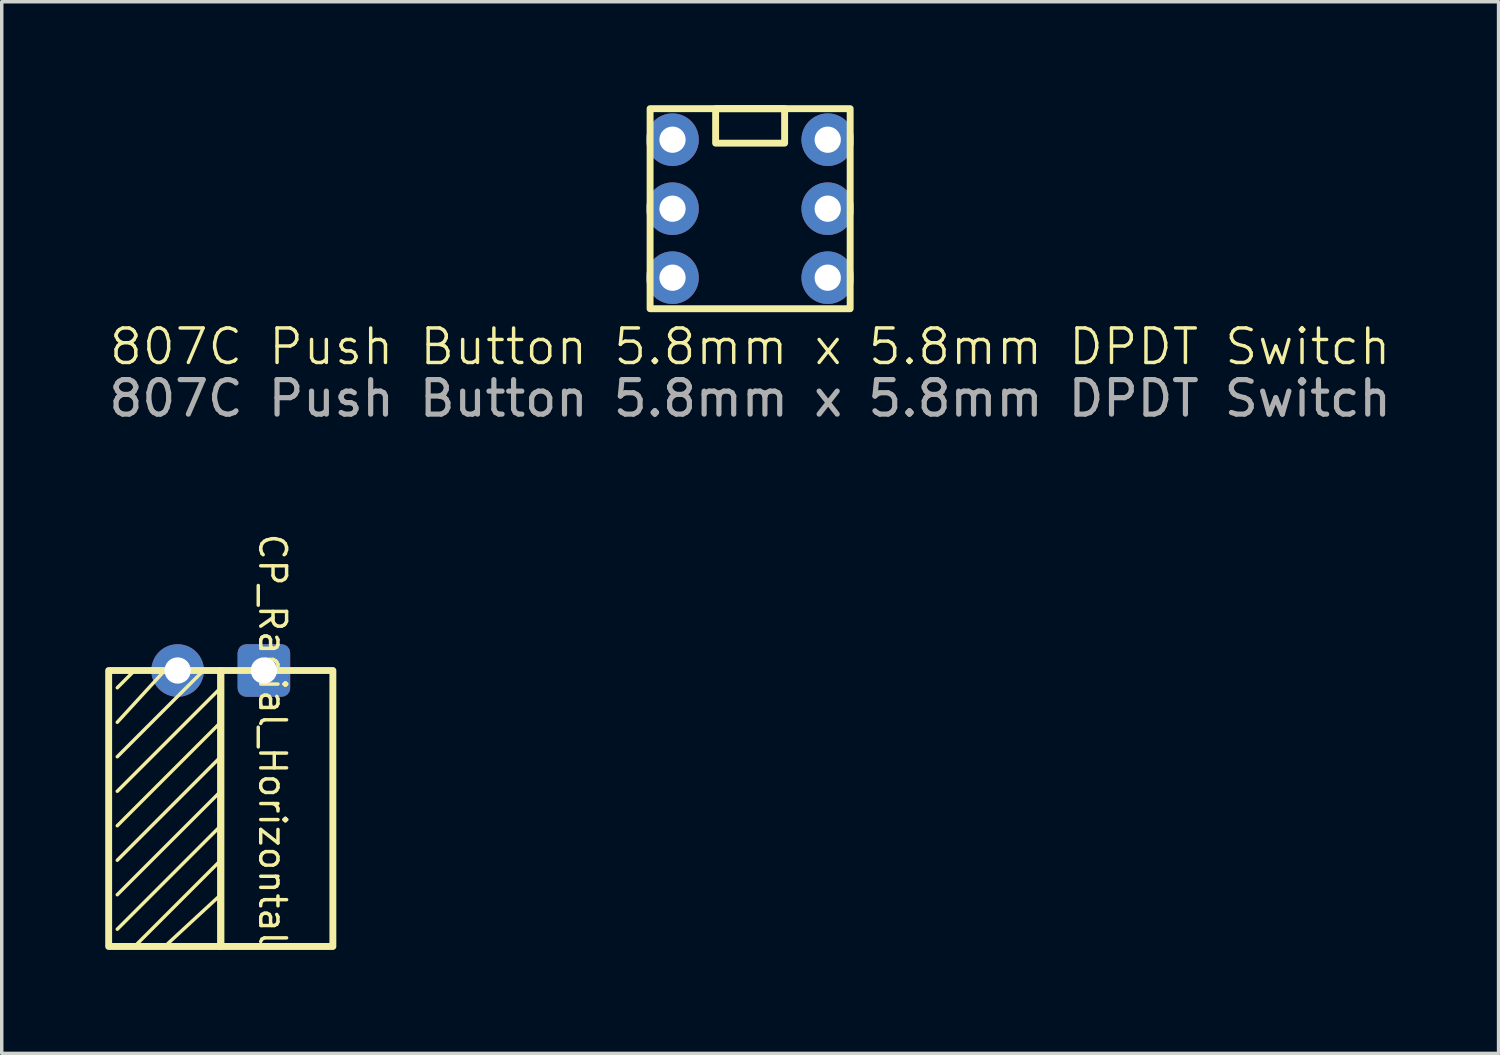
<source format=kicad_pcb>
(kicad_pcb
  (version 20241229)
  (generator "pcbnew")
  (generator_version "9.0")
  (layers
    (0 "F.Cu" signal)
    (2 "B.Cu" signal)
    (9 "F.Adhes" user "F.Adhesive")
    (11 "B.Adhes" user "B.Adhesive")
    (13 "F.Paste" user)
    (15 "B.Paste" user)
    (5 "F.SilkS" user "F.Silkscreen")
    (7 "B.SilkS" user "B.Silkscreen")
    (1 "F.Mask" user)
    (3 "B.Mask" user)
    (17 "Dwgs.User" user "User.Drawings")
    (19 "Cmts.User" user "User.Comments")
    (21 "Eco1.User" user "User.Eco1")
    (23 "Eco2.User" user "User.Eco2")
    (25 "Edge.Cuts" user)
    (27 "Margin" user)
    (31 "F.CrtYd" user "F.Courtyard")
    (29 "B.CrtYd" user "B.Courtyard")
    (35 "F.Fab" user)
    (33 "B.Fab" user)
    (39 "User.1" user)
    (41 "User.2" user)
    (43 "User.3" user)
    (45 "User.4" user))
  (footprint "807C Push Button 5.8mm x 5.8mm DPDT Switch"
    (layer "F.Cu")
    (at 18.696 3)
    (property "Reference" "807C Push Button 5.8mm x 5.8mm DPDT Switch" (at 0 4 0) (unlocked yes) (layer "F.SilkS") (effects (font (size 1 1) (thickness 0.1))))
    (attr through_hole)
    (fp_rect (start -2.9 -2.9) (end 2.9 2.9) (stroke (width 0.2) (type default)) (fill no) (layer "F.SilkS"))
    (fp_rect (start -1 -1.9) (end 1 -2.9) (stroke (width 0.2) (type default)) (fill no) (layer "F.SilkS"))
    (fp_text user "${REFERENCE}" (at 0 5.5 0) (unlocked yes) (layer "F.Fab") (effects (font (size 1 1) (thickness 0.15))))
    (pad "1" thru_hole circle (at -2.25 -2) (size 1.524 1.524) (drill 0.762) (layers "*.Cu" "*.Mask"))
    (pad "2" thru_hole circle (at -2.25 0) (size 1.524 1.524) (drill 0.762) (layers "*.Cu" "*.Mask"))
    (pad "3" thru_hole circle (at -2.25 2) (size 1.524 1.524) (drill 0.762) (layers "*.Cu" "*.Mask"))
    (pad "4" thru_hole circle (at 2.25 2) (size 1.524 1.524) (drill 0.762) (layers "*.Cu" "*.Mask"))
    (pad "5" thru_hole circle (at 2.25 0) (size 1.524 1.524) (drill 0.762) (layers "*.Cu" "*.Mask"))
    (pad "6" thru_hole circle (at 2.25 -2) (size 1.524 1.524) (drill 0.762) (layers "*.Cu" "*.Mask")))
  (footprint "CP_Radial_Horizontal"
    (layer "F.Cu")
    (at 3.35 16.388)
    (property "Reference" "CP_Radial_Horizontal" (at 1.5 2 270) (unlocked yes) (layer "F.SilkS") (effects (font (size 0.75 0.75) (thickness 0.1))))
    (attr through_hole)
    (fp_line (start -3 0.5) (end -2.5 0) (stroke (width 0.1) (type default)) (layer "F.SilkS"))
    (fp_line (start -3 1.5) (end -1.625 0) (stroke (width 0.1) (type default)) (layer "F.SilkS"))
    (fp_line (start -3 2.5) (end -0.5 0) (stroke (width 0.1) (type default)) (layer "F.SilkS"))
    (fp_line (start -3 3.5) (end 0 0.5) (stroke (width 0.1) (type default)) (layer "F.SilkS"))
    (fp_line (start -3 4.5) (end 0 1.5) (stroke (width 0.1) (type default)) (layer "F.SilkS"))
    (fp_line (start -3 5.5) (end 0 2.5) (stroke (width 0.1) (type default)) (layer "F.SilkS"))
    (fp_line (start -3 6.5) (end 0 3.5) (stroke (width 0.1) (type default)) (layer "F.SilkS"))
    (fp_line (start -3 7.5) (end 0 4.5) (stroke (width 0.1) (type default)) (layer "F.SilkS"))
    (fp_line (start -2.5 8) (end 0 5.5) (stroke (width 0.1) (type default)) (layer "F.SilkS"))
    (fp_line (start -1.625 8) (end 0 6.5) (stroke (width 0.1) (type default)) (layer "F.SilkS"))
    (fp_rect (start -3.25 0) (end 0 8) (stroke (width 0.2) (type solid)) (fill no) (layer "F.SilkS"))
    (fp_rect (start 0 0) (end 3.25 8) (stroke (width 0.2) (type default)) (fill no) (layer "F.SilkS"))
    (pad "1" thru_hole roundrect (at 1.25 0) (size 1.524 1.524) (drill 0.762) (layers "*.Cu" "*.Mask") (roundrect_rratio 0.164))
    (pad "2" thru_hole circle (at -1.25 0) (size 1.524 1.524) (drill 0.762) (layers "*.Cu" "*.Mask")))
  (gr_rect
    (start -3 -3)
    (end 40.393 27.488)
    (stroke (width 0.1) (type default))
    (fill no)
    (layer "Edge.Cuts")))
</source>
